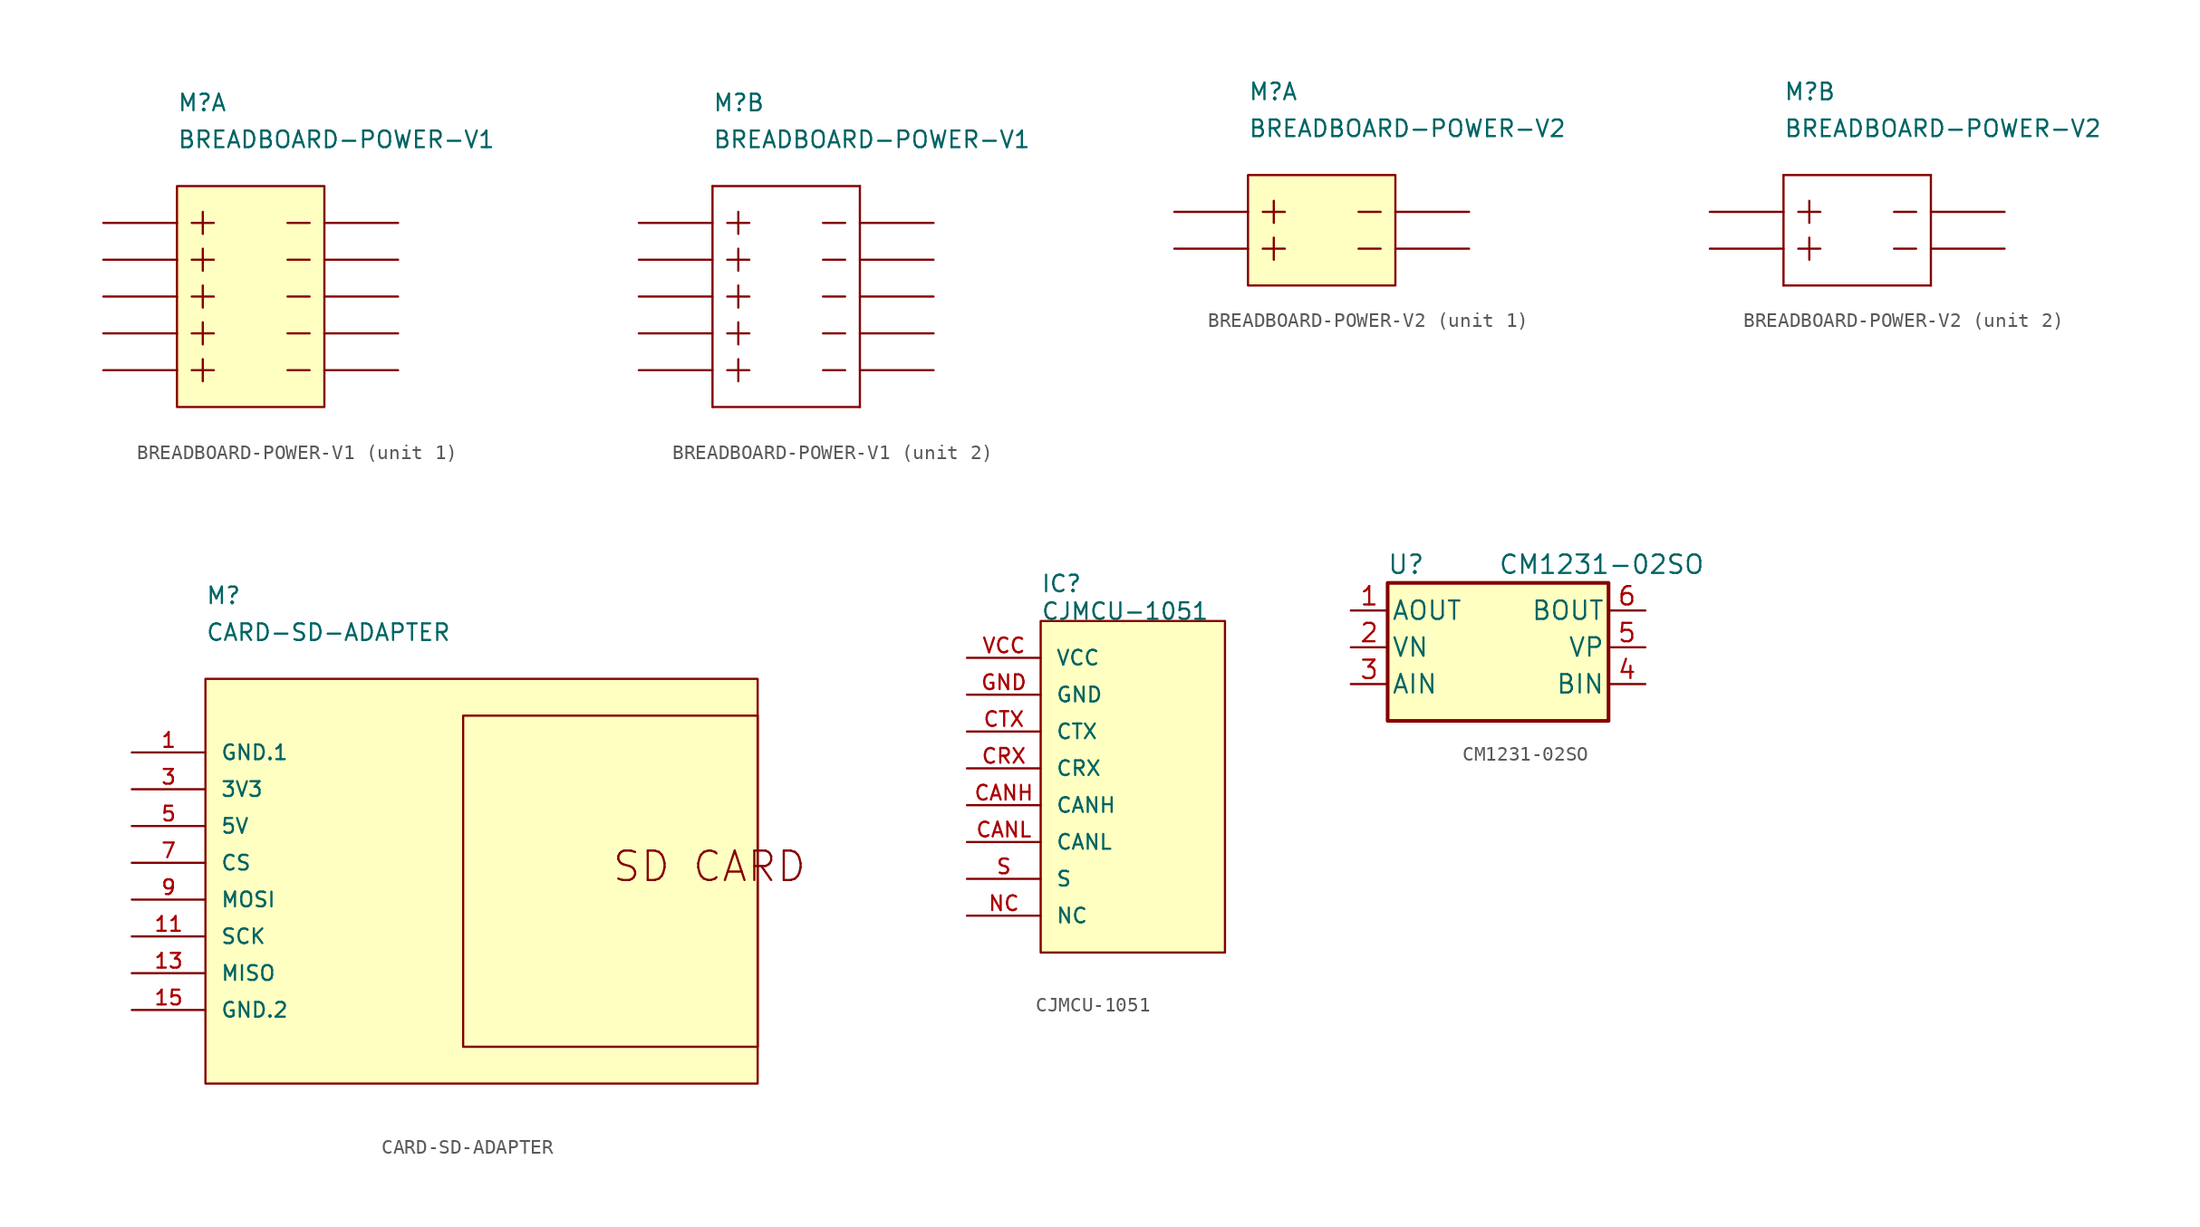
<source format=kicad_sym>
(kicad_symbol_lib
  (version 20231120)
  (generator "kicad_symbol_editor")
  (generator_version "8.0")
  (symbol "BREADBOARD-POWER-V1"
    (pin_numbers hide)
    (pin_names
      (offset 1.016) hide)
    (property "Reference" "M"
      (at -5.08 12.7 0)
      (effects (font (size 1.143 1.143)) (justify left bottom)))
    (property "Value" "BREADBOARD-POWER-V1"
      (at -5.08 10.16 0)
      (effects (font (size 1.143 1.143)) (justify left bottom)))
    (property "ki_locked" ""
      (at 0 0 0)
      (effects (font (size 1.27 1.27))))
    (symbol "BREADBOARD-POWER-V1_1_0"
      (rectangle (start -5.08 7.62) (end 5.08 -7.62) (stroke (width 0) (type default)) (fill (type background)))
      (polyline (pts (xy -3.302 -5.842) (xy -3.302 -4.318)) (stroke (width 0) (type default)) (fill (type none)))
      (polyline (pts (xy -3.302 -3.302) (xy -3.302 -1.778)) (stroke (width 0) (type default)) (fill (type none)))
      (polyline (pts (xy -3.302 -0.762) (xy -3.302 0.762)) (stroke (width 0) (type default)) (fill (type none)))
      (polyline (pts (xy -3.302 1.778) (xy -3.302 3.302)) (stroke (width 0) (type default)) (fill (type none)))
      (polyline (pts (xy -3.302 4.318) (xy -3.302 5.842)) (stroke (width 0) (type default)) (fill (type none)))
      (polyline (pts (xy -2.54 -5.08) (xy -4.064 -5.08)) (stroke (width 0) (type default)) (fill (type none)))
      (polyline (pts (xy -2.54 -2.54) (xy -4.064 -2.54)) (stroke (width 0) (type default)) (fill (type none)))
      (polyline (pts (xy -2.54 0) (xy -4.064 0)) (stroke (width 0) (type default)) (fill (type none)))
      (polyline (pts (xy -2.54 2.54) (xy -4.064 2.54)) (stroke (width 0) (type default)) (fill (type none)))
      (polyline (pts (xy -2.54 5.08) (xy -4.064 5.08)) (stroke (width 0) (type default)) (fill (type none)))
      (polyline (pts (xy 2.54 -5.08) (xy 4.064 -5.08)) (stroke (width 0) (type default)) (fill (type none)))
      (polyline (pts (xy 2.54 -2.54) (xy 4.064 -2.54)) (stroke (width 0) (type default)) (fill (type none)))
      (polyline (pts (xy 2.54 0) (xy 4.064 0)) (stroke (width 0) (type default)) (fill (type none)))
      (polyline (pts (xy 2.54 2.54) (xy 4.064 2.54)) (stroke (width 0) (type default)) (fill (type none)))
      (polyline (pts (xy 2.54 5.08) (xy 4.064 5.08)) (stroke (width 0) (type default)) (fill (type none))))
    (symbol "BREADBOARD-POWER-V1_1_1"
      (pin bidirectional line (at 10.16 5.08 180) (length 5.08) (name "M.1" (effects (font (size 1.016 1.016)))) (number "A.M.1" (effects (font (size 1.016 1.016)))))
      (pin bidirectional line (at 10.16 2.54 180) (length 5.08) (name "M.2" (effects (font (size 1.016 1.016)))) (number "A.M.2" (effects (font (size 1.016 1.016)))))
      (pin bidirectional line (at 10.16 0 180) (length 5.08) (name "M.3" (effects (font (size 1.016 1.016)))) (number "A.M.3" (effects (font (size 1.016 1.016)))))
      (pin bidirectional line (at 10.16 -2.54 180) (length 5.08) (name "M.4" (effects (font (size 1.016 1.016)))) (number "A.M.4" (effects (font (size 1.016 1.016)))))
      (pin bidirectional line (at 10.16 -5.08 180) (length 5.08) (name "M.5" (effects (font (size 1.016 1.016)))) (number "A.M.5" (effects (font (size 1.016 1.016)))))
      (pin bidirectional line (at -10.16 5.08 0) (length 5.08) (name "P.1" (effects (font (size 1.016 1.016)))) (number "A.P.1" (effects (font (size 1.016 1.016)))))
      (pin bidirectional line (at -10.16 2.54 0) (length 5.08) (name "P.2" (effects (font (size 1.016 1.016)))) (number "A.P.2" (effects (font (size 1.016 1.016)))))
      (pin bidirectional line (at -10.16 0 0) (length 5.08) (name "P.3" (effects (font (size 1.016 1.016)))) (number "A.P.3" (effects (font (size 1.016 1.016)))))
      (pin bidirectional line (at -10.16 -2.54 0) (length 5.08) (name "P.4" (effects (font (size 1.016 1.016)))) (number "A.P.4" (effects (font (size 1.016 1.016)))))
      (pin bidirectional line (at -10.16 -5.08 0) (length 5.08) (name "P.5" (effects (font (size 1.016 1.016)))) (number "A.P.5" (effects (font (size 1.016 1.016))))))
    (symbol "BREADBOARD-POWER-V1_2_0"
      (polyline (pts (xy -5.08 -7.62) (xy 5.08 -7.62)) (stroke (width 0) (type default)) (fill (type none)))
      (polyline (pts (xy -5.08 7.62) (xy -5.08 -7.62)) (stroke (width 0) (type default)) (fill (type none)))
      (polyline (pts (xy -3.302 -5.842) (xy -3.302 -4.318)) (stroke (width 0) (type default)) (fill (type none)))
      (polyline (pts (xy -3.302 -3.302) (xy -3.302 -1.778)) (stroke (width 0) (type default)) (fill (type none)))
      (polyline (pts (xy -3.302 -0.762) (xy -3.302 0.762)) (stroke (width 0) (type default)) (fill (type none)))
      (polyline (pts (xy -3.302 1.778) (xy -3.302 3.302)) (stroke (width 0) (type default)) (fill (type none)))
      (polyline (pts (xy -3.302 4.318) (xy -3.302 5.842)) (stroke (width 0) (type default)) (fill (type none)))
      (polyline (pts (xy -2.54 -5.08) (xy -4.064 -5.08)) (stroke (width 0) (type default)) (fill (type none)))
      (polyline (pts (xy -2.54 -2.54) (xy -4.064 -2.54)) (stroke (width 0) (type default)) (fill (type none)))
      (polyline (pts (xy -2.54 0) (xy -4.064 0)) (stroke (width 0) (type default)) (fill (type none)))
      (polyline (pts (xy -2.54 2.54) (xy -4.064 2.54)) (stroke (width 0) (type default)) (fill (type none)))
      (polyline (pts (xy -2.54 5.08) (xy -4.064 5.08)) (stroke (width 0) (type default)) (fill (type none)))
      (polyline (pts (xy 2.54 -5.08) (xy 4.064 -5.08)) (stroke (width 0) (type default)) (fill (type none)))
      (polyline (pts (xy 2.54 -2.54) (xy 4.064 -2.54)) (stroke (width 0) (type default)) (fill (type none)))
      (polyline (pts (xy 2.54 0) (xy 4.064 0)) (stroke (width 0) (type default)) (fill (type none)))
      (polyline (pts (xy 2.54 2.54) (xy 4.064 2.54)) (stroke (width 0) (type default)) (fill (type none)))
      (polyline (pts (xy 2.54 5.08) (xy 4.064 5.08)) (stroke (width 0) (type default)) (fill (type none)))
      (polyline (pts (xy 5.08 -7.62) (xy 5.08 7.62)) (stroke (width 0) (type default)) (fill (type none)))
      (polyline (pts (xy 5.08 7.62) (xy -5.08 7.62)) (stroke (width 0) (type default)) (fill (type none))))
    (symbol "BREADBOARD-POWER-V1_2_1"
      (pin bidirectional line (at 10.16 5.08 180) (length 5.08) (name "M.1" (effects (font (size 1.016 1.016)))) (number "B.M.1" (effects (font (size 1.016 1.016)))))
      (pin bidirectional line (at 10.16 2.54 180) (length 5.08) (name "M.2" (effects (font (size 1.016 1.016)))) (number "B.M.2" (effects (font (size 1.016 1.016)))))
      (pin bidirectional line (at 10.16 0 180) (length 5.08) (name "M.3" (effects (font (size 1.016 1.016)))) (number "B.M.3" (effects (font (size 1.016 1.016)))))
      (pin bidirectional line (at 10.16 -2.54 180) (length 5.08) (name "M.4" (effects (font (size 1.016 1.016)))) (number "B.M.4" (effects (font (size 1.016 1.016)))))
      (pin bidirectional line (at 10.16 -5.08 180) (length 5.08) (name "M.5" (effects (font (size 1.016 1.016)))) (number "B.M.5" (effects (font (size 1.016 1.016)))))
      (pin bidirectional line (at -10.16 5.08 0) (length 5.08) (name "P.1" (effects (font (size 1.016 1.016)))) (number "B.P.1" (effects (font (size 1.016 1.016)))))
      (pin bidirectional line (at -10.16 2.54 0) (length 5.08) (name "P.2" (effects (font (size 1.016 1.016)))) (number "B.P.2" (effects (font (size 1.016 1.016)))))
      (pin bidirectional line (at -10.16 0 0) (length 5.08) (name "P.3" (effects (font (size 1.016 1.016)))) (number "B.P.3" (effects (font (size 1.016 1.016)))))
      (pin bidirectional line (at -10.16 -2.54 0) (length 5.08) (name "P.4" (effects (font (size 1.016 1.016)))) (number "B.P.4" (effects (font (size 1.016 1.016)))))
      (pin bidirectional line (at -10.16 -5.08 0) (length 5.08) (name "P.5" (effects (font (size 1.016 1.016)))) (number "B.P.5" (effects (font (size 1.016 1.016)))))))
  (symbol "BREADBOARD-POWER-V2"
    (pin_numbers hide)
    (pin_names
      (offset 1.016) hide)
    (property "Reference" "M"
      (at -5.08 7.62 0)
      (effects (font (size 1.143 1.143)) (justify left bottom)))
    (property "Value" "BREADBOARD-POWER-V2"
      (at -5.08 5.08 0)
      (effects (font (size 1.143 1.143)) (justify left bottom)))
    (property "ki_locked" ""
      (at 0 0 0)
      (effects (font (size 1.27 1.27))))
    (symbol "BREADBOARD-POWER-V2_1_0"
      (rectangle (start -5.08 2.54) (end 5.08 -5.08) (stroke (width 0) (type default)) (fill (type background)))
      (polyline (pts (xy -3.302 -3.302) (xy -3.302 -1.778)) (stroke (width 0) (type default)) (fill (type none)))
      (polyline (pts (xy -3.302 -0.762) (xy -3.302 0.762)) (stroke (width 0) (type default)) (fill (type none)))
      (polyline (pts (xy -2.54 -2.54) (xy -4.064 -2.54)) (stroke (width 0) (type default)) (fill (type none)))
      (polyline (pts (xy -2.54 0) (xy -4.064 0)) (stroke (width 0) (type default)) (fill (type none)))
      (polyline (pts (xy 2.54 -2.54) (xy 4.064 -2.54)) (stroke (width 0) (type default)) (fill (type none)))
      (polyline (pts (xy 2.54 0) (xy 4.064 0)) (stroke (width 0) (type default)) (fill (type none))))
    (symbol "BREADBOARD-POWER-V2_1_1"
      (pin bidirectional line (at 10.16 0 180) (length 5.08) (name "M.1" (effects (font (size 1.016 1.016)))) (number "A.M.1" (effects (font (size 1.016 1.016)))))
      (pin bidirectional line (at 10.16 -2.54 180) (length 5.08) (name "M.2" (effects (font (size 1.016 1.016)))) (number "A.M.2" (effects (font (size 1.016 1.016)))))
      (pin bidirectional line (at -10.16 0 0) (length 5.08) (name "P.1" (effects (font (size 1.016 1.016)))) (number "A.P.1" (effects (font (size 1.016 1.016)))))
      (pin bidirectional line (at -10.16 -2.54 0) (length 5.08) (name "P.2" (effects (font (size 1.016 1.016)))) (number "A.P.2" (effects (font (size 1.016 1.016))))))
    (symbol "BREADBOARD-POWER-V2_2_0"
      (polyline (pts (xy -5.08 -5.08) (xy 5.08 -5.08)) (stroke (width 0) (type default)) (fill (type none)))
      (polyline (pts (xy -5.08 2.54) (xy -5.08 -5.08)) (stroke (width 0) (type default)) (fill (type none)))
      (polyline (pts (xy -3.302 -3.302) (xy -3.302 -1.778)) (stroke (width 0) (type default)) (fill (type none)))
      (polyline (pts (xy -3.302 -0.762) (xy -3.302 0.762)) (stroke (width 0) (type default)) (fill (type none)))
      (polyline (pts (xy -2.54 -2.54) (xy -4.064 -2.54)) (stroke (width 0) (type default)) (fill (type none)))
      (polyline (pts (xy -2.54 0) (xy -4.064 0)) (stroke (width 0) (type default)) (fill (type none)))
      (polyline (pts (xy 2.54 -2.54) (xy 4.064 -2.54)) (stroke (width 0) (type default)) (fill (type none)))
      (polyline (pts (xy 2.54 0) (xy 4.064 0)) (stroke (width 0) (type default)) (fill (type none)))
      (polyline (pts (xy 5.08 -5.08) (xy 5.08 2.54)) (stroke (width 0) (type default)) (fill (type none)))
      (polyline (pts (xy 5.08 2.54) (xy -5.08 2.54)) (stroke (width 0) (type default)) (fill (type none))))
    (symbol "BREADBOARD-POWER-V2_2_1"
      (pin bidirectional line (at 10.16 0 180) (length 5.08) (name "M.1" (effects (font (size 1.016 1.016)))) (number "B.M.1" (effects (font (size 1.016 1.016)))))
      (pin bidirectional line (at 10.16 -2.54 180) (length 5.08) (name "M.2" (effects (font (size 1.016 1.016)))) (number "B.M.2" (effects (font (size 1.016 1.016)))))
      (pin bidirectional line (at -10.16 0 0) (length 5.08) (name "P.1" (effects (font (size 1.016 1.016)))) (number "B.P.1" (effects (font (size 1.016 1.016)))))
      (pin bidirectional line (at -10.16 -2.54 0) (length 5.08) (name "P.2" (effects (font (size 1.016 1.016)))) (number "B.P.2" (effects (font (size 1.016 1.016)))))))
  (symbol "CARD-SD-ADAPTER"
    (pin_names
      (offset 1.016))
    (property "Reference" "M"
      (at -17.78 20.32 0)
      (effects (font (size 1.143 1.143)) (justify left bottom)))
    (property "Value" "CARD-SD-ADAPTER"
      (at -17.78 17.78 0)
      (effects (font (size 1.143 1.143)) (justify left bottom)))
    (property "ki_locked" ""
      (at 0 0 0)
      (effects (font (size 1.27 1.27))))
    (symbol "CARD-SD-ADAPTER_1_0"
      (rectangle (start -17.78 15.24) (end 20.32 -12.7) (stroke (width 0) (type default)) (fill (type background)))
      (rectangle (start 0 12.7) (end 20.32 -10.16) (stroke (width 0) (type default)) (fill (type none)))
      (text "SD CARD" (at 16.993 2.286 0) (effects (font (size 2.032 2.032)))))
    (symbol "CARD-SD-ADAPTER_1_1"
      (pin power_in line (at -22.86 10.16 0) (length 5.08) (name "GND.1" (effects (font (size 1.016 1.016)))) (number "1" (effects (font (size 1.016 1.016)))))
      (pin bidirectional line (at -22.86 -2.54 0) (length 5.08) (name "SCK" (effects (font (size 1.016 1.016)))) (number "11" (effects (font (size 1.016 1.016)))))
      (pin bidirectional line (at -22.86 -5.08 0) (length 5.08) (name "MISO" (effects (font (size 1.016 1.016)))) (number "13" (effects (font (size 1.016 1.016)))))
      (pin power_in line (at -22.86 -7.62 0) (length 5.08) (name "GND.2" (effects (font (size 1.016 1.016)))) (number "15" (effects (font (size 1.016 1.016)))))
      (pin power_in line (at -22.86 7.62 0) (length 5.08) (name "3V3" (effects (font (size 1.016 1.016)))) (number "3" (effects (font (size 1.016 1.016)))))
      (pin power_in line (at -22.86 5.08 0) (length 5.08) (name "5V" (effects (font (size 1.016 1.016)))) (number "5" (effects (font (size 1.016 1.016)))))
      (pin bidirectional line (at -22.86 2.54 0) (length 5.08) (name "CS" (effects (font (size 1.016 1.016)))) (number "7" (effects (font (size 1.016 1.016)))))
      (pin bidirectional line (at -22.86 0 0) (length 5.08) (name "MOSI" (effects (font (size 1.016 1.016)))) (number "9" (effects (font (size 1.016 1.016)))))))
  (symbol "CJMCU-1051"
    (pin_names
      (offset 1.016))
    (property "Reference" "IC"
      (at 5.08 12.065 0)
      (effects (font (size 1.143 1.143)) (justify left bottom)))
    (property "Value" "CJMCU-1051"
      (at 5.08 10.16 0)
      (effects (font (size 1.143 1.143)) (justify left bottom)))
    (property "ki_locked" ""
      (at 0 0 0)
      (effects (font (size 1.27 1.27))))
    (symbol "CJMCU-1051_1_1"
      (rectangle (start 5.08 10.16) (end 17.78 -12.7) (stroke (width 0) (type default)) (fill (type background)))
      (pin bidirectional line (at 0 -2.54 0) (length 5.08) (name "CANH" (effects (font (size 1.016 1.016)))) (number "CANH" (effects (font (size 1.016 1.016)))))
      (pin bidirectional line (at 0 -5.08 0) (length 5.08) (name "CANL" (effects (font (size 1.016 1.016)))) (number "CANL" (effects (font (size 1.016 1.016)))))
      (pin bidirectional line (at 0 0 0) (length 5.08) (name "CRX" (effects (font (size 1.016 1.016)))) (number "CRX" (effects (font (size 1.016 1.016)))))
      (pin bidirectional line (at 0 2.54 0) (length 5.08) (name "CTX" (effects (font (size 1.016 1.016)))) (number "CTX" (effects (font (size 1.016 1.016)))))
      (pin bidirectional line (at 0 5.08 0) (length 5.08) (name "GND" (effects (font (size 1.016 1.016)))) (number "GND" (effects (font (size 1.016 1.016)))))
      (pin bidirectional line (at 0 -10.16 0) (length 5.08) (name "NC" (effects (font (size 1.016 1.016)))) (number "NC" (effects (font (size 1.016 1.016)))))
      (pin bidirectional line (at 0 -7.62 0) (length 5.08) (name "S" (effects (font (size 1.016 1.016)))) (number "S" (effects (font (size 1.016 1.016)))))
      (pin bidirectional line (at 0 7.62 0) (length 5.08) (name "VCC" (effects (font (size 1.016 1.016)))) (number "VCC" (effects (font (size 1.016 1.016)))))))
  (symbol "CM1231-02SO"
    (pin_names
      (offset 0.254))
    (property "Reference" "U"
      (at -6.35 5.715 0)
      (effects (font (size 1.27 1.27))))
    (property "Value" "CM1231-02SO"
      (at 0 5.715 0)
      (effects (font (size 1.27 1.27)) (justify left)))
    (symbol "CM1231-02SO_0_1"
      (rectangle (start -7.62 -5.08) (end 7.62 4.445) (stroke (width 0.254) (type default)) (fill (type background))))
    (symbol "CM1231-02SO_1_1"
      (pin bidirectional line (at -10.16 2.54 0) (length 2.54) (name "AOUT" (effects (font (size 1.27 1.27)))) (number "1" (effects (font (size 1.27 1.27)))))
      (pin power_in line (at -10.16 0 0) (length 2.54) (name "VN" (effects (font (size 1.27 1.27)))) (number "2" (effects (font (size 1.27 1.27)))))
      (pin bidirectional line (at -10.16 -2.54 0) (length 2.54) (name "AIN" (effects (font (size 1.27 1.27)))) (number "3" (effects (font (size 1.27 1.27)))))
      (pin bidirectional line (at 10.16 -2.54 180) (length 2.54) (name "BIN" (effects (font (size 1.27 1.27)))) (number "4" (effects (font (size 1.27 1.27)))))
      (pin power_in line (at 10.16 0 180) (length 2.54) (name "VP" (effects (font (size 1.27 1.27)))) (number "5" (effects (font (size 1.27 1.27)))))
      (pin bidirectional line (at 10.16 2.54 180) (length 2.54) (name "BOUT" (effects (font (size 1.27 1.27)))) (number "6" (effects (font (size 1.27 1.27))))))))
</source>
